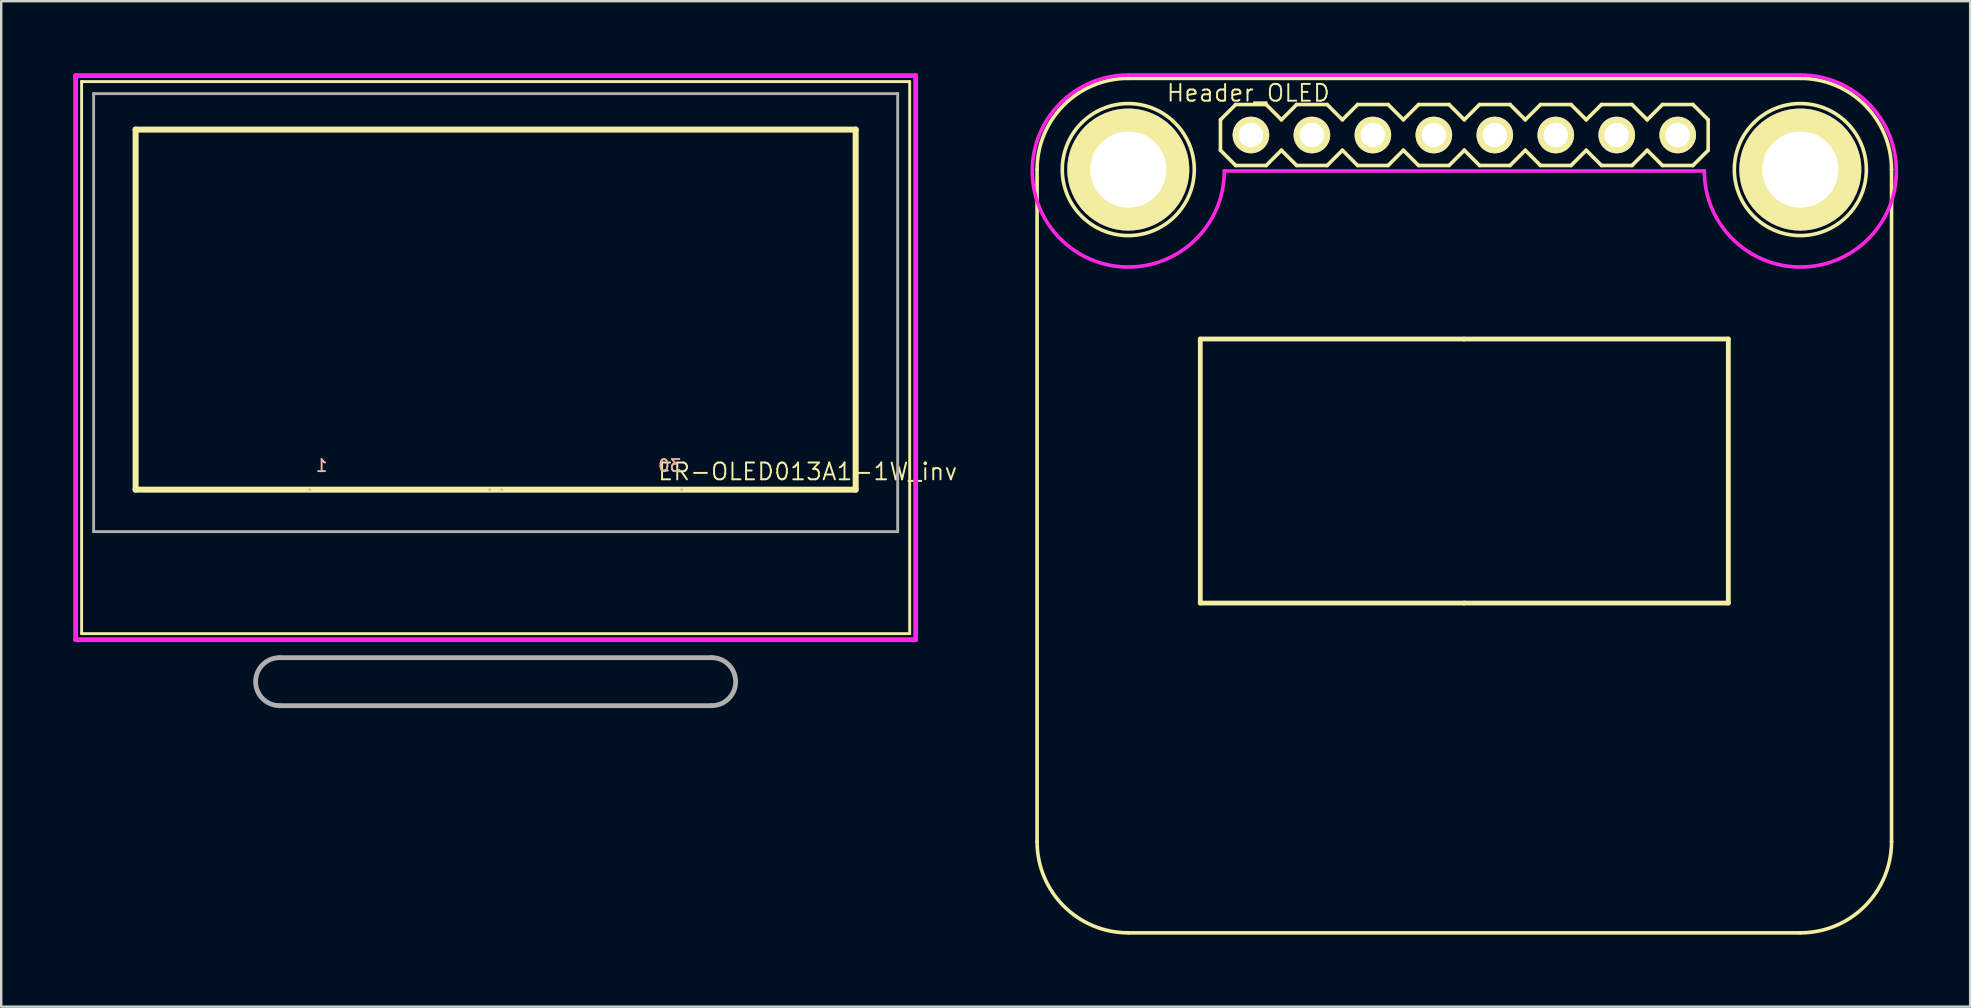
<source format=kicad_pcb>
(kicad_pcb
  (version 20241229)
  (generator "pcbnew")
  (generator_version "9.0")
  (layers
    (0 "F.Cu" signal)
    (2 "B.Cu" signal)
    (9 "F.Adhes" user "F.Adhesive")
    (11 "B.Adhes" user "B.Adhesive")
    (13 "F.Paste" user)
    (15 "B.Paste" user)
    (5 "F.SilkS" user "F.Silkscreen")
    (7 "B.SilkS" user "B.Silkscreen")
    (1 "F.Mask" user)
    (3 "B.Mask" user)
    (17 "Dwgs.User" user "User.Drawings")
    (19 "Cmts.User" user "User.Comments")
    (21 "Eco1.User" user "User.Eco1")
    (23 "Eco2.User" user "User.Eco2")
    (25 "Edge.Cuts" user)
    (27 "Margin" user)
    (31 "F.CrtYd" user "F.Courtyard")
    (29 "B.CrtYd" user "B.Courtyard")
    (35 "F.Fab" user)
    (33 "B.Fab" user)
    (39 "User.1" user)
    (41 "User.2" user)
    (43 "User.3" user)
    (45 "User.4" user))
  (footprint "ER-OLED013A1-1W_inv"
    (layer "F.Cu")
    (at 17.6 11.85)
    (property "Reference" "ER-OLED013A1-1W_inv" (at 13 4.75 0) (layer "F.SilkS") (effects (font (size 0.7 0.7) (thickness 0.08))))
    (attr through_hole)
    (fp_line (start -17.25 -11.5) (end -17.25 -11.5) (stroke (width 0.12) (type solid)) (layer "F.SilkS"))
    (fp_line (start -17.25 -11.5) (end 17.25 -11.5) (stroke (width 0.12) (type solid)) (layer "F.SilkS"))
    (fp_line (start -17.25 11.5) (end -17.25 -11.5) (stroke (width 0.12) (type solid)) (layer "F.SilkS"))
    (fp_line (start -15 -9.5) (end 15 -9.5) (stroke (width 0.25) (type solid)) (layer "F.SilkS"))
    (fp_line (start -15 5.5) (end -15 -9.5) (stroke (width 0.25) (type solid)) (layer "F.SilkS"))
    (fp_line (start 15 -9.5) (end 15 5.5) (stroke (width 0.25) (type solid)) (layer "F.SilkS"))
    (fp_line (start 15 5.5) (end -15 5.5) (stroke (width 0.25) (type solid)) (layer "F.SilkS"))
    (fp_line (start 16.75 -11) (end 16.75 -11) (stroke (width 0.12) (type solid)) (layer "F.SilkS"))
    (fp_line (start 17.25 -11.5) (end 17.25 11.5) (stroke (width 0.12) (type solid)) (layer "F.SilkS"))
    (fp_line (start 17.25 11.5) (end -17.25 11.5) (stroke (width 0.12) (type solid)) (layer "F.SilkS"))
    (fp_line (start -7.75 5.5) (end -7.75 5.5) (stroke (width 0.12) (type solid)) (layer "B.SilkS"))
    (fp_line (start -0.25 5.5) (end -0.25 5.5) (stroke (width 0.12) (type solid)) (layer "B.SilkS"))
    (fp_line (start 0.25 5.5) (end 0.25 5.5) (stroke (width 0.12) (type solid)) (layer "B.SilkS"))
    (fp_line (start 7.75 5.5) (end 7.75 5.5) (stroke (width 0.12) (type solid)) (layer "B.SilkS"))
    (fp_line (start -17.5 -11.75) (end 17.5 -11.75) (stroke (width 0.2) (type solid)) (layer "F.CrtYd"))
    (fp_line (start -17.5 11.75) (end -17.5 -11.75) (stroke (width 0.2) (type solid)) (layer "F.CrtYd"))
    (fp_line (start 17.5 -11.75) (end 17.5 11.75) (stroke (width 0.2) (type solid)) (layer "F.CrtYd"))
    (fp_line (start 17.5 11.75) (end -17.5 11.75) (stroke (width 0.2) (type solid)) (layer "F.CrtYd"))
    (fp_line (start -16.75 -11) (end -16.75 7.25) (stroke (width 0.12) (type solid)) (layer "F.Fab"))
    (fp_line (start -16.75 -11) (end 16.75 -11) (stroke (width 0.12) (type solid)) (layer "F.Fab"))
    (fp_line (start -16.75 7.25) (end 16.75 7.25) (stroke (width 0.12) (type solid)) (layer "F.Fab"))
    (fp_line (start -9 12.5) (end 9 12.5) (stroke (width 0.2) (type solid)) (layer "F.Fab"))
    (fp_line (start -9 14.5) (end 9 14.5) (stroke (width 0.2) (type solid)) (layer "F.Fab"))
    (fp_line (start 16.75 7.25) (end 16.75 -11) (stroke (width 0.12) (type solid)) (layer "F.Fab"))
    (fp_arc (start -9 14.5) (mid -10 13.5) (end -9 12.5) (stroke (width 0.2) (type solid)) (layer "F.Fab"))
    (fp_arc (start 9 12.5) (mid 10 13.5) (end 9 14.5) (stroke (width 0.2) (type solid)) (layer "F.Fab"))
    (fp_text user "30" (at 7.25 4.5 0) (layer "B.SilkS") (effects (font (size 0.5 0.5) (thickness 0.08)) (justify mirror)))
    (fp_text user "1" (at -7.25 4.5 0) (layer "B.SilkS") (effects (font (size 0.5 0.5) (thickness 0.08)) (justify mirror))))
  (footprint "Header_OLED"
    (layer "F.Cu")
    (at 57.958 2.575)
    (property "Reference" "Header_OLED" (at -9 -1.75 0) (layer "F.SilkS") (effects (font (size 0.7 0.7) (thickness 0.08))))
    (attr smd)
    (fp_line (start -17.8 29.44) (end -17.8 1.44) (stroke (width 0.15) (type solid)) (layer "F.SilkS"))
    (fp_line (start -14 -2.36) (end 14 -2.36) (stroke (width 0.15) (type solid)) (layer "F.SilkS"))
    (fp_line (start -11 8.5) (end -11 19.5) (stroke (width 0.2) (type solid)) (layer "F.SilkS"))
    (fp_line (start -11 19.5) (end 0 19.5) (stroke (width 0.2) (type solid)) (layer "F.SilkS"))
    (fp_line (start -10.16 0.635) (end -10.16 -0.635) (stroke (width 0.15) (type solid)) (layer "F.SilkS"))
    (fp_line (start -10.16 0.635) (end -9.525 1.27) (stroke (width 0.152) (type solid)) (layer "F.SilkS"))
    (fp_line (start -9.525 -1.27) (end -10.16 -0.635) (stroke (width 0.152) (type solid)) (layer "F.SilkS"))
    (fp_line (start -9.525 1.27) (end -8.255 1.27) (stroke (width 0.152) (type solid)) (layer "F.SilkS"))
    (fp_line (start -8.255 -1.27) (end -9.525 -1.27) (stroke (width 0.152) (type solid)) (layer "F.SilkS"))
    (fp_line (start -8.255 1.27) (end -7.62 0.635) (stroke (width 0.152) (type solid)) (layer "F.SilkS"))
    (fp_line (start -7.62 -0.635) (end -8.255 -1.27) (stroke (width 0.152) (type solid)) (layer "F.SilkS"))
    (fp_line (start -7.62 0.635) (end -6.985 1.27) (stroke (width 0.152) (type solid)) (layer "F.SilkS"))
    (fp_line (start -6.985 -1.27) (end -7.62 -0.635) (stroke (width 0.152) (type solid)) (layer "F.SilkS"))
    (fp_line (start -6.985 1.27) (end -5.715 1.27) (stroke (width 0.152) (type solid)) (layer "F.SilkS"))
    (fp_line (start -5.715 -1.27) (end -6.985 -1.27) (stroke (width 0.152) (type solid)) (layer "F.SilkS"))
    (fp_line (start -5.715 1.27) (end -5.08 0.635) (stroke (width 0.152) (type solid)) (layer "F.SilkS"))
    (fp_line (start -5.08 -0.635) (end -5.715 -1.27) (stroke (width 0.152) (type solid)) (layer "F.SilkS"))
    (fp_line (start -5.08 0.635) (end -4.445 1.27) (stroke (width 0.152) (type solid)) (layer "F.SilkS"))
    (fp_line (start -4.445 -1.27) (end -5.08 -0.635) (stroke (width 0.152) (type solid)) (layer "F.SilkS"))
    (fp_line (start -4.445 1.27) (end -3.175 1.27) (stroke (width 0.152) (type solid)) (layer "F.SilkS"))
    (fp_line (start -3.175 -1.27) (end -4.445 -1.27) (stroke (width 0.152) (type solid)) (layer "F.SilkS"))
    (fp_line (start -3.175 1.27) (end -2.54 0.635) (stroke (width 0.152) (type solid)) (layer "F.SilkS"))
    (fp_line (start -2.54 -0.635) (end -3.175 -1.27) (stroke (width 0.152) (type solid)) (layer "F.SilkS"))
    (fp_line (start -2.54 0.635) (end -1.905 1.27) (stroke (width 0.152) (type solid)) (layer "F.SilkS"))
    (fp_line (start -1.905 -1.27) (end -2.54 -0.635) (stroke (width 0.152) (type solid)) (layer "F.SilkS"))
    (fp_line (start -1.905 1.27) (end -0.635 1.27) (stroke (width 0.152) (type solid)) (layer "F.SilkS"))
    (fp_line (start -0.635 -1.27) (end -1.905 -1.27) (stroke (width 0.152) (type solid)) (layer "F.SilkS"))
    (fp_line (start -0.635 1.27) (end 0 0.635) (stroke (width 0.152) (type solid)) (layer "F.SilkS"))
    (fp_line (start 0 -0.635) (end -0.635 -1.27) (stroke (width 0.152) (type solid)) (layer "F.SilkS"))
    (fp_line (start 0 0.635) (end 0.635 1.27) (stroke (width 0.152) (type solid)) (layer "F.SilkS"))
    (fp_line (start 0 8.5) (end -11 8.5) (stroke (width 0.2) (type solid)) (layer "F.SilkS"))
    (fp_line (start 0 19.5) (end 11 19.5) (stroke (width 0.2) (type solid)) (layer "F.SilkS"))
    (fp_line (start 0.635 -1.27) (end 0 -0.635) (stroke (width 0.152) (type solid)) (layer "F.SilkS"))
    (fp_line (start 0.635 1.27) (end 1.905 1.27) (stroke (width 0.152) (type solid)) (layer "F.SilkS"))
    (fp_line (start 1.905 -1.27) (end 0.635 -1.27) (stroke (width 0.152) (type solid)) (layer "F.SilkS"))
    (fp_line (start 1.905 1.27) (end 2.54 0.635) (stroke (width 0.152) (type solid)) (layer "F.SilkS"))
    (fp_line (start 2.54 -0.635) (end 1.905 -1.27) (stroke (width 0.152) (type solid)) (layer "F.SilkS"))
    (fp_line (start 2.54 0.635) (end 3.175 1.27) (stroke (width 0.152) (type solid)) (layer "F.SilkS"))
    (fp_line (start 3.175 -1.27) (end 2.54 -0.635) (stroke (width 0.152) (type solid)) (layer "F.SilkS"))
    (fp_line (start 3.175 1.27) (end 4.445 1.27) (stroke (width 0.152) (type solid)) (layer "F.SilkS"))
    (fp_line (start 4.445 -1.27) (end 3.175 -1.27) (stroke (width 0.152) (type solid)) (layer "F.SilkS"))
    (fp_line (start 4.445 1.27) (end 5.08 0.635) (stroke (width 0.152) (type solid)) (layer "F.SilkS"))
    (fp_line (start 5.08 -0.635) (end 4.445 -1.27) (stroke (width 0.152) (type solid)) (layer "F.SilkS"))
    (fp_line (start 5.08 0.635) (end 5.715 1.27) (stroke (width 0.152) (type solid)) (layer "F.SilkS"))
    (fp_line (start 5.715 -1.27) (end 5.08 -0.635) (stroke (width 0.152) (type solid)) (layer "F.SilkS"))
    (fp_line (start 5.715 1.27) (end 6.985 1.27) (stroke (width 0.152) (type solid)) (layer "F.SilkS"))
    (fp_line (start 6.985 -1.27) (end 5.715 -1.27) (stroke (width 0.152) (type solid)) (layer "F.SilkS"))
    (fp_line (start 6.985 1.27) (end 7.62 0.635) (stroke (width 0.152) (type solid)) (layer "F.SilkS"))
    (fp_line (start 7.62 -0.635) (end 6.985 -1.27) (stroke (width 0.152) (type solid)) (layer "F.SilkS"))
    (fp_line (start 7.62 0.635) (end 8.255 1.27) (stroke (width 0.152) (type solid)) (layer "F.SilkS"))
    (fp_line (start 8.255 -1.27) (end 7.62 -0.635) (stroke (width 0.152) (type solid)) (layer "F.SilkS"))
    (fp_line (start 8.255 1.27) (end 9.525 1.27) (stroke (width 0.152) (type solid)) (layer "F.SilkS"))
    (fp_line (start 9.525 -1.27) (end 8.255 -1.27) (stroke (width 0.152) (type solid)) (layer "F.SilkS"))
    (fp_line (start 9.525 1.27) (end 10.16 0.635) (stroke (width 0.152) (type solid)) (layer "F.SilkS"))
    (fp_line (start 10.16 -0.635) (end 9.525 -1.27) (stroke (width 0.152) (type solid)) (layer "F.SilkS"))
    (fp_line (start 10.16 0.635) (end 10.16 -0.635) (stroke (width 0.15) (type solid)) (layer "F.SilkS"))
    (fp_line (start 11 8.5) (end 0 8.5) (stroke (width 0.2) (type solid)) (layer "F.SilkS"))
    (fp_line (start 11 19.5) (end 11 8.5) (stroke (width 0.2) (type solid)) (layer "F.SilkS"))
    (fp_line (start 14 33.24) (end -14 33.24) (stroke (width 0.15) (type solid)) (layer "F.SilkS"))
    (fp_line (start 17.8 1.44) (end 17.8 29.44) (stroke (width 0.15) (type solid)) (layer "F.SilkS"))
    (fp_arc (start -17.8 1.44) (mid -16.687006 -1.247006) (end -14 -2.36) (stroke (width 0.15) (type solid)) (layer "F.SilkS"))
    (fp_arc (start -14 33.24) (mid -16.687006 32.127006) (end -17.8 29.44) (stroke (width 0.15) (type solid)) (layer "F.SilkS"))
    (fp_arc (start 14 -2.36) (mid 16.687006 -1.247006) (end 17.8 1.44) (stroke (width 0.15) (type solid)) (layer "F.SilkS"))
    (fp_arc (start 17.8 29.44) (mid 16.687006 32.127006) (end 14 33.24) (stroke (width 0.15) (type solid)) (layer "F.SilkS"))
    (fp_circle (center -14 1.44) (end -16.75 1.44) (stroke (width 0.15) (type solid)) (fill no) (layer "F.SilkS"))
    (fp_circle (center 14 1.44) (end 16.75 1.44) (stroke (width 0.15) (type solid)) (fill no) (layer "F.SilkS"))
    (fp_line (start -14 -2.5) (end 14 -2.5) (stroke (width 0.15) (type solid)) (layer "F.CrtYd"))
    (fp_line (start -10 1.5) (end 10 1.5) (stroke (width 0.15) (type solid)) (layer "F.CrtYd"))
    (fp_line (start 10 1.5) (end 10 1.5) (stroke (width 0.15) (type solid)) (layer "F.CrtYd"))
    (fp_line (start 14 -2.5) (end 14 -2.5) (stroke (width 0.15) (type solid)) (layer "F.CrtYd"))
    (fp_arc (start -10 1.5) (mid -16.828427 4.328427) (end -14 -2.5) (stroke (width 0.15) (type solid)) (layer "F.CrtYd"))
    (fp_arc (start 14 -2.5) (mid 16.828427 4.328427) (end 10 1.5) (stroke (width 0.15) (type solid)) (layer "F.CrtYd"))
    (pad "" thru_hole circle (at -14 1.44) (size 5.08 5.08) (drill 3.175) (layers "*.Cu" "*.Mask" "F.SilkS"))
    (pad "" thru_hole circle (at 14 1.44) (size 5.08 5.08) (drill 3.175) (layers "*.Cu" "*.Mask" "F.SilkS"))
    (pad "1" thru_hole circle (at 8.89 0) (size 1.524 1.524) (drill 1.016) (layers "*.Cu" "*.Mask" "F.SilkS"))
    (pad "2" thru_hole circle (at 6.35 0) (size 1.524 1.524) (drill 1.016) (layers "*.Cu" "*.Mask" "F.SilkS"))
    (pad "3" thru_hole circle (at 3.81 0) (size 1.524 1.524) (drill 1.016) (layers "*.Cu" "*.Mask" "F.SilkS"))
    (pad "4" thru_hole circle (at 1.27 0) (size 1.524 1.524) (drill 1.016) (layers "*.Cu" "*.Mask" "F.SilkS"))
    (pad "5" thru_hole circle (at -1.27 0) (size 1.524 1.524) (drill 1.016) (layers "*.Cu" "*.Mask" "F.SilkS"))
    (pad "6" thru_hole circle (at -3.81 0) (size 1.524 1.524) (drill 1.016) (layers "*.Cu" "*.Mask" "F.SilkS"))
    (pad "7" thru_hole circle (at -6.35 0) (size 1.524 1.524) (drill 1.016) (layers "*.Cu" "*.Mask" "F.SilkS"))
    (pad "8" thru_hole circle (at -8.89 0) (size 1.524 1.524) (drill 1.016) (layers "*.Cu" "*.Mask" "F.SilkS")))
  (gr_rect
    (start -3 -3)
    (end 79.033 38.89)
    (stroke (width 0.1) (type default))
    (fill no)
    (layer "Edge.Cuts")))
</source>
